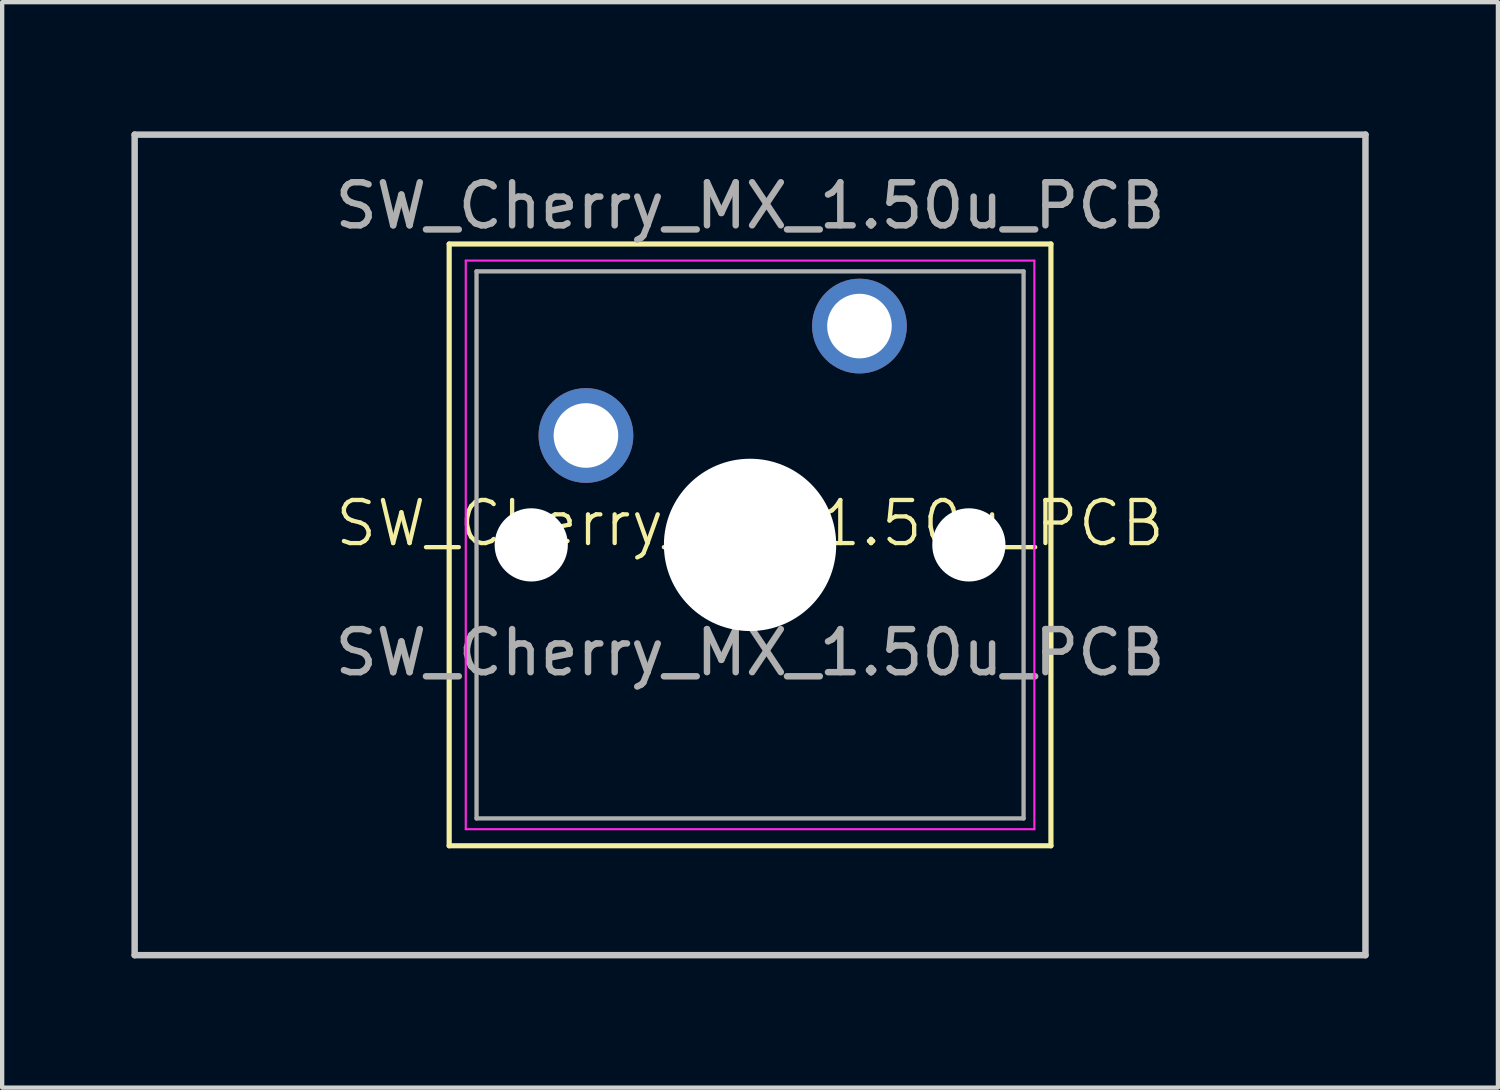
<source format=kicad_pcb>
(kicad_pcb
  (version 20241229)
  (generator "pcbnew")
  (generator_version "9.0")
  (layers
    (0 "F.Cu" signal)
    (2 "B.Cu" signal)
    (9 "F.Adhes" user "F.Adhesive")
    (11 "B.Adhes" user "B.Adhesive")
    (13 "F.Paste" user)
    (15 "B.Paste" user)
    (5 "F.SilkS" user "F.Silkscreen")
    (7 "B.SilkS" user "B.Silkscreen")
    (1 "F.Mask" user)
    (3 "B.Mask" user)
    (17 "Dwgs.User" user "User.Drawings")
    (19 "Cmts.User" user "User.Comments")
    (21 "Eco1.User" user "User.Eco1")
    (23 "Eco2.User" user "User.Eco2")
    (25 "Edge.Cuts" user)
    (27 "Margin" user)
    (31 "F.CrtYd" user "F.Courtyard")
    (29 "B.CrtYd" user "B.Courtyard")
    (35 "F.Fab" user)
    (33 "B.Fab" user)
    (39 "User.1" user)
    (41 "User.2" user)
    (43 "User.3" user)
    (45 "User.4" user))
  (footprint "SW_Cherry_MX_1.50u_PCB"
    (layer "F.Cu")
    (at 14.363 9.6)
    (property "Reference" "SW_Cherry_MX_1.50u_PCB" (at 0 -0.5 0) (unlocked yes) (layer "F.SilkS") (effects (font (size 1 1) (thickness 0.1))))
    (attr through_hole)
    (fp_line (start -6.985 -6.985) (end 6.985 -6.985) (stroke (width 0.12) (type solid)) (layer "F.SilkS"))
    (fp_line (start -6.985 6.985) (end -6.985 -6.985) (stroke (width 0.12) (type solid)) (layer "F.SilkS"))
    (fp_line (start 6.985 -6.985) (end 6.985 6.985) (stroke (width 0.12) (type solid)) (layer "F.SilkS"))
    (fp_line (start 6.985 6.985) (end -6.985 6.985) (stroke (width 0.12) (type solid)) (layer "F.SilkS"))
    (fp_line (start -14.287 -9.525) (end 14.287 -9.525) (stroke (width 0.15) (type solid)) (layer "Dwgs.User"))
    (fp_line (start -14.287 9.525) (end -14.287 -9.525) (stroke (width 0.15) (type solid)) (layer "Dwgs.User"))
    (fp_line (start 14.287 -9.525) (end 14.287 9.525) (stroke (width 0.15) (type solid)) (layer "Dwgs.User"))
    (fp_line (start 14.287 9.525) (end -14.287 9.525) (stroke (width 0.15) (type solid)) (layer "Dwgs.User"))
    (fp_line (start -6.6 -6.6) (end 6.6 -6.6) (stroke (width 0.05) (type solid)) (layer "F.CrtYd"))
    (fp_line (start -6.6 6.6) (end -6.6 -6.6) (stroke (width 0.05) (type solid)) (layer "F.CrtYd"))
    (fp_line (start 6.6 -6.6) (end 6.6 6.6) (stroke (width 0.05) (type solid)) (layer "F.CrtYd"))
    (fp_line (start 6.6 6.6) (end -6.6 6.6) (stroke (width 0.05) (type solid)) (layer "F.CrtYd"))
    (fp_line (start -6.35 -6.35) (end 6.35 -6.35) (stroke (width 0.1) (type solid)) (layer "F.Fab"))
    (fp_line (start -6.35 6.35) (end -6.35 -6.35) (stroke (width 0.1) (type solid)) (layer "F.Fab"))
    (fp_line (start 6.35 -6.35) (end 6.35 6.35) (stroke (width 0.1) (type solid)) (layer "F.Fab"))
    (fp_line (start 6.35 6.35) (end -6.35 6.35) (stroke (width 0.1) (type solid)) (layer "F.Fab"))
    (fp_text user "${REFERENCE}" (at 0 2.5 0) (unlocked yes) (layer "F.Fab") (effects (font (size 1 1) (thickness 0.15))))
    (fp_text user "${REFERENCE}" (at 0 -7.874 0) (layer "F.Fab") (effects (font (size 1 1) (thickness 0.15))))
    (pad "" np_thru_hole circle (at -5.08 0) (size 1.7 1.7) (drill 1.7) (layers "*.Cu" "*.Mask"))
    (pad "" np_thru_hole circle (at 0 0) (size 4 4) (drill 4) (layers "*.Cu" "*.Mask"))
    (pad "" np_thru_hole circle (at 5.08 0) (size 1.7 1.7) (drill 1.7) (layers "*.Cu" "*.Mask"))
    (pad "1" thru_hole circle (at 2.54 -5.08) (size 2.2 2.2) (drill 1.5) (layers "*.Cu" "*.Mask"))
    (pad "2" thru_hole circle (at -3.81 -2.54) (size 2.2 2.2) (drill 1.5) (layers "*.Cu" "*.Mask")))
  (gr_rect
    (start -3 -3)
    (end 31.725 22.2)
    (stroke (width 0.1) (type default))
    (fill no)
    (layer "Edge.Cuts")))
</source>
